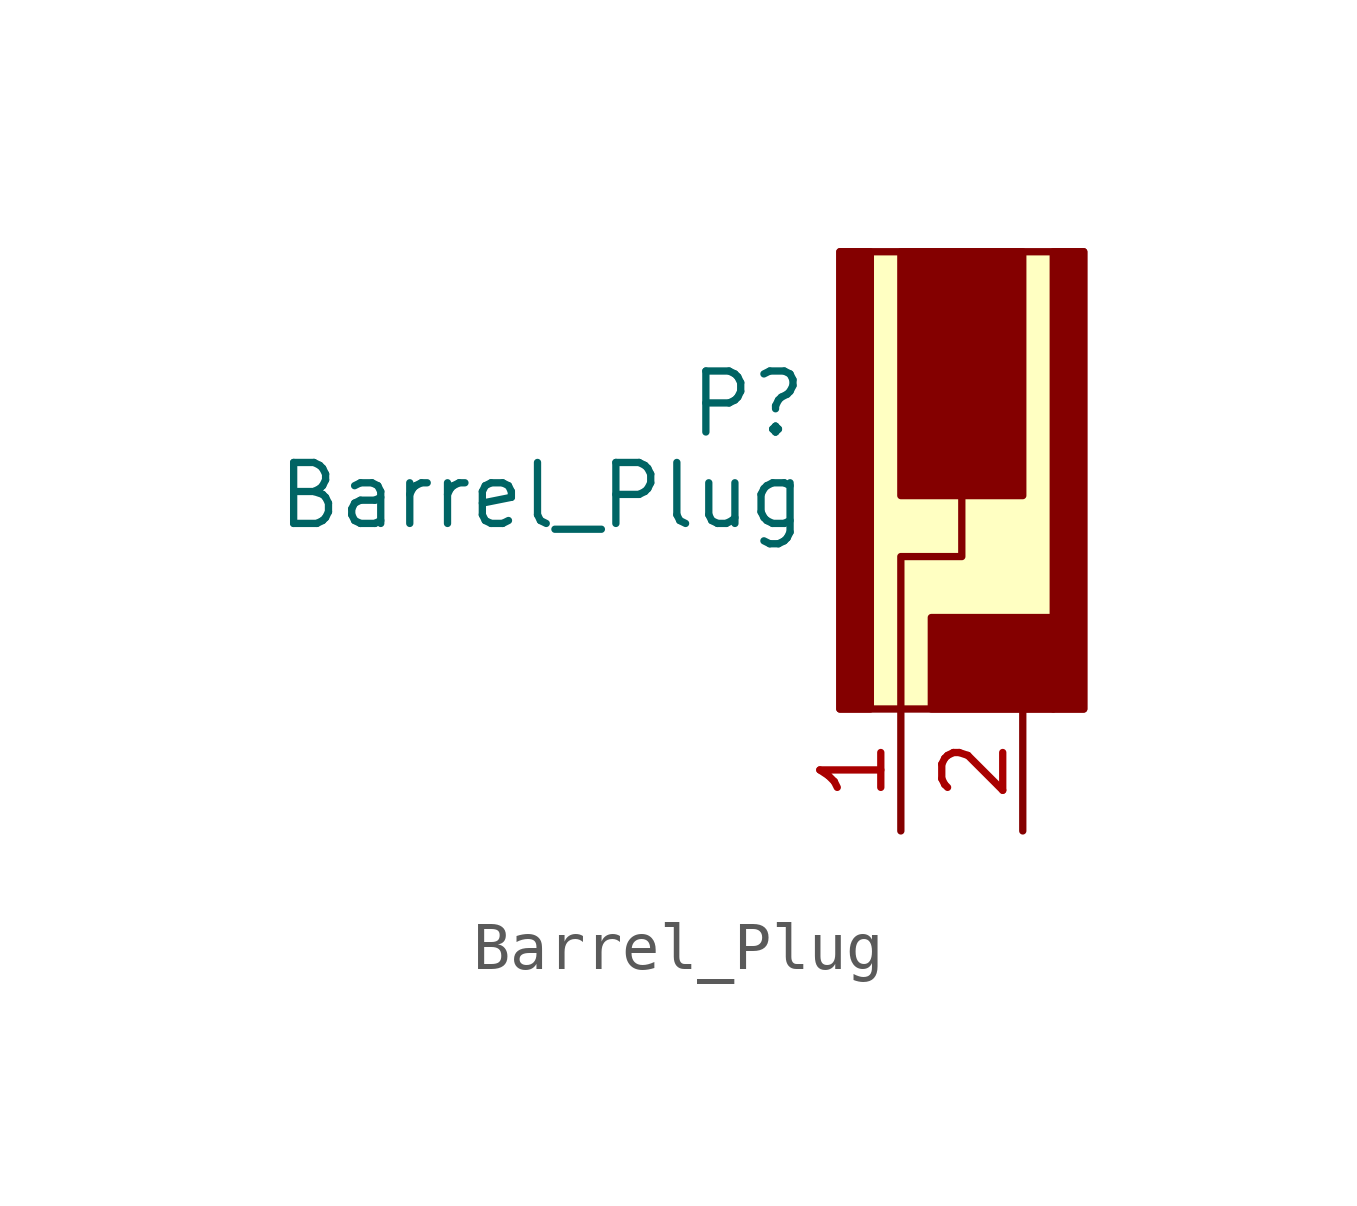
<source format=kicad_sym>
(kicad_symbol_lib
  (version 20211014)
  (generator kicad_symbol_editor)
  (symbol "Barrel_Plug"
    (pin_names
      (offset 1.016))
    (property "Reference" "P"
      (at -3.175 6.35 0)
      (effects (font (size 1.27 1.27)) (justify right)))
    (property "Value" "Barrel_Plug"
      (at -3.175 4.445 0)
      (effects (font (size 1.27 1.27)) (justify right)))
    (symbol "Barrel_Plug_0_0"
      (pin unspecified line (at -1.27 -2.54 90) (length 2.54) (name "~" (effects (font (size 1.27 1.27)))) (number "1" (effects (font (size 1.27 1.27)))))
      (pin unspecified line (at 1.27 -2.54 90) (length 2.54) (name "~" (effects (font (size 1.27 1.27)))) (number "2" (effects (font (size 1.27 1.27))))))
    (symbol "Barrel_Plug_0_1"
      (rectangle (start -2.54 9.525) (end -1.905 0) (stroke (width 0) (type default) (color 0 0 0 0)) (fill (type outline)))
      (rectangle (start -1.27 9.525) (end 1.27 4.445) (stroke (width 0) (type default) (color 0 0 0 0)) (fill (type outline)))
      (polyline (pts (xy -1.27 0) (xy -1.27 3.175) (xy 0 3.175) (xy 0 4.445)) (stroke (width 0) (type default) (color 0 0 0 0)) (fill (type none)))
      (rectangle (start 1.905 0) (end -0.635 1.905) (stroke (width 0) (type default) (color 0 0 0 0)) (fill (type outline)))
      (rectangle (start 2.54 0) (end -2.54 9.525) (stroke (width 0) (type default) (color 0 0 0 0)) (fill (type background)))
      (rectangle (start 2.54 0) (end 1.905 9.525) (stroke (width 0) (type default) (color 0 0 0 0)) (fill (type outline))))))
</source>
